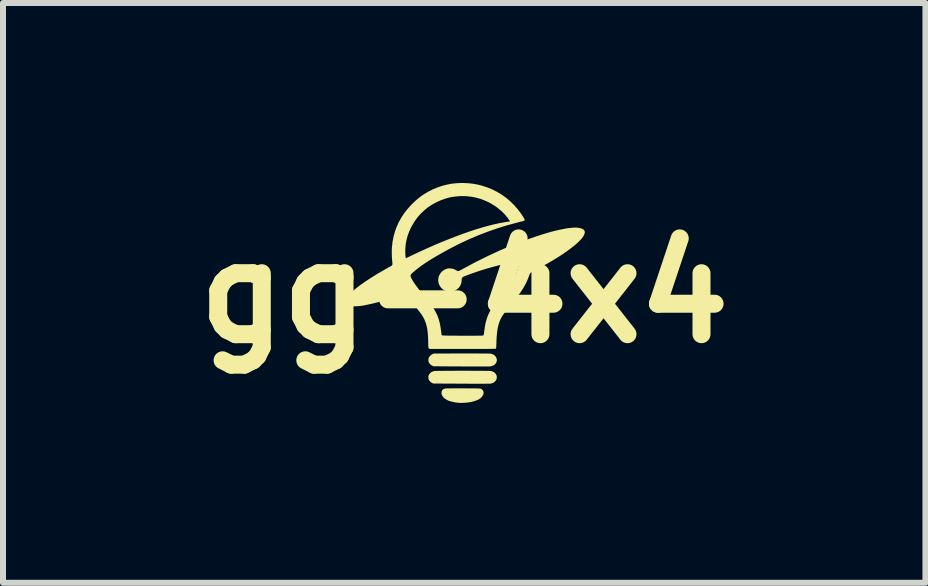
<source format=kicad_pcb>
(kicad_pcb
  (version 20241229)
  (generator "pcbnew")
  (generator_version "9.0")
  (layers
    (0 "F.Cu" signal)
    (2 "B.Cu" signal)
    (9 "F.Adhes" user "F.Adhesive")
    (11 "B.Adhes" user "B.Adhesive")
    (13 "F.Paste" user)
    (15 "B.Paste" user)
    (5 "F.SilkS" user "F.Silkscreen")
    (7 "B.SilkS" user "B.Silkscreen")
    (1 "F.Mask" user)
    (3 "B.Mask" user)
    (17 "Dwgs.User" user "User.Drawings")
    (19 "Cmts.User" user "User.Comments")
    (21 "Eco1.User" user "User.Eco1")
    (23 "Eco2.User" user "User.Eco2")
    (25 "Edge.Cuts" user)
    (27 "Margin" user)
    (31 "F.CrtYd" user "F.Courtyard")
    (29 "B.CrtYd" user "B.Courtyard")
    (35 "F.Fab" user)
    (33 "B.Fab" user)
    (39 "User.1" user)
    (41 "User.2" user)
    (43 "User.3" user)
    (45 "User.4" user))
  (footprint "gg-4x4"
    (layer "F.Cu")
    (at 4.688 1.831)
    (property "Reference" "gg-4x4" (at 0 0 0) (layer "F.SilkS") (effects (font (size 1.524 1.524) (thickness 0.3))))
    (attr through_hole)
    (fp_poly (pts (xy 0.179 1.011) (xy 0.228 1.011) (xy 0.272 1.012) (xy 0.312 1.012) (xy 0.347 1.012) (xy 0.377 1.012) (xy 0.402 1.013) (xy 0.42 1.013) (xy 0.432 1.013) (xy 0.437 1.014) (xy 0.464 1.019) (xy 0.488 1.03) (xy 0.508 1.045) (xy 0.51 1.047) (xy 0.527 1.067) (xy 0.538 1.09) (xy 0.544 1.114) (xy 0.543 1.138) (xy 0.535 1.161) (xy 0.533 1.165) (xy 0.517 1.188) (xy 0.497 1.205) (xy 0.472 1.217) (xy 0.442 1.225) (xy 0.433 1.226) (xy 0.426 1.226) (xy 0.416 1.227) (xy 0.402 1.227) (xy 0.384 1.227) (xy 0.363 1.228) (xy 0.337 1.228) (xy 0.306 1.228) (xy 0.271 1.228) (xy 0.232 1.228) (xy 0.186 1.228) (xy 0.136 1.228) (xy 0.079 1.227) (xy 0.017 1.227) (xy -0.051 1.227) (xy -0.126 1.226) (xy -0.208 1.226) (xy -0.249 1.226) (xy -0.513 1.224) (xy -0.532 1.215) (xy -0.556 1.201) (xy -0.574 1.184) (xy -0.587 1.165) (xy -0.593 1.154) (xy -0.596 1.143) (xy -0.597 1.131) (xy -0.597 1.12) (xy -0.597 1.105) (xy -0.595 1.093) (xy -0.591 1.083) (xy -0.587 1.075) (xy -0.57 1.052) (xy -0.549 1.033) (xy -0.526 1.02) (xy -0.506 1.012) (xy -0.048 1.011) (xy 0.013 1.011) (xy 0.071 1.011) (xy 0.127 1.011)) (stroke (width 0) (type solid)) (fill yes) (layer "F.SilkS"))
    (fp_poly (pts (xy -0.075 1.592) (xy -0.021 1.592) (xy -0.013 1.592) (xy 0.038 1.593) (xy 0.082 1.593) (xy 0.12 1.593) (xy 0.153 1.593) (xy 0.18 1.593) (xy 0.203 1.594) (xy 0.222 1.594) (xy 0.237 1.594) (xy 0.249 1.595) (xy 0.258 1.596) (xy 0.265 1.596) (xy 0.27 1.597) (xy 0.274 1.598) (xy 0.278 1.599) (xy 0.281 1.601) (xy 0.282 1.601) (xy 0.299 1.613) (xy 0.312 1.629) (xy 0.321 1.649) (xy 0.323 1.67) (xy 0.323 1.675) (xy 0.317 1.696) (xy 0.305 1.718) (xy 0.289 1.739) (xy 0.268 1.759) (xy 0.244 1.775) (xy 0.237 1.779) (xy 0.201 1.794) (xy 0.16 1.808) (xy 0.115 1.819) (xy 0.067 1.827) (xy 0.017 1.832) (xy -0.033 1.835) (xy -0.082 1.834) (xy -0.117 1.831) (xy -0.141 1.827) (xy -0.167 1.823) (xy -0.195 1.817) (xy -0.221 1.81) (xy -0.243 1.804) (xy -0.259 1.799) (xy -0.28 1.789) (xy -0.301 1.777) (xy -0.322 1.764) (xy -0.339 1.751) (xy -0.349 1.741) (xy -0.364 1.719) (xy -0.375 1.695) (xy -0.379 1.671) (xy -0.379 1.667) (xy -0.376 1.644) (xy -0.368 1.625) (xy -0.354 1.61) (xy -0.334 1.6) (xy -0.314 1.595) (xy -0.306 1.594) (xy -0.291 1.594) (xy -0.269 1.593) (xy -0.242 1.593) (xy -0.208 1.593) (xy -0.169 1.592) (xy -0.125 1.592)) (stroke (width 0) (type solid)) (fill yes) (layer "F.SilkS"))
    (fp_poly (pts (xy 0.05 1.299) (xy 0.099 1.299) (xy 0.148 1.3) (xy 0.194 1.3) (xy 0.238 1.3) (xy 0.279 1.3) (xy 0.317 1.3) (xy 0.351 1.301) (xy 0.38 1.301) (xy 0.405 1.301) (xy 0.424 1.302) (xy 0.437 1.302) (xy 0.443 1.303) (xy 0.443 1.303) (xy 0.472 1.311) (xy 0.497 1.324) (xy 0.517 1.341) (xy 0.532 1.362) (xy 0.541 1.385) (xy 0.543 1.409) (xy 0.54 1.433) (xy 0.531 1.455) (xy 0.515 1.476) (xy 0.508 1.482) (xy 0.49 1.496) (xy 0.471 1.506) (xy 0.449 1.512) (xy 0.429 1.514) (xy 0.422 1.514) (xy 0.408 1.514) (xy 0.388 1.514) (xy 0.363 1.515) (xy 0.332 1.515) (xy 0.296 1.515) (xy 0.256 1.515) (xy 0.212 1.515) (xy 0.165 1.515) (xy 0.114 1.515) (xy 0.062 1.515) (xy 0.007 1.514) (xy -0.05 1.514) (xy -0.059 1.514) (xy -0.516 1.512) (xy -0.535 1.503) (xy -0.557 1.489) (xy -0.573 1.474) (xy -0.587 1.455) (xy -0.587 1.454) (xy -0.593 1.442) (xy -0.596 1.432) (xy -0.597 1.42) (xy -0.597 1.409) (xy -0.597 1.393) (xy -0.595 1.382) (xy -0.591 1.372) (xy -0.587 1.363) (xy -0.57 1.34) (xy -0.549 1.322) (xy -0.523 1.31) (xy -0.497 1.303) (xy -0.49 1.303) (xy -0.476 1.302) (xy -0.457 1.302) (xy -0.433 1.301) (xy -0.403 1.301) (xy -0.369 1.301) (xy -0.331 1.3) (xy -0.29 1.3) (xy -0.246 1.3) (xy -0.199 1.3) (xy -0.151 1.299) (xy -0.101 1.299) (xy -0.051 1.299) (xy -0.000498 1.299)) (stroke (width 0) (type solid)) (fill yes) (layer "F.SilkS"))
    (fp_poly (pts (xy 0.003 -1.83) (xy 0.077 -1.826) (xy 0.147 -1.818) (xy 0.215 -1.806) (xy 0.284 -1.789) (xy 0.299 -1.785) (xy 0.387 -1.756) (xy 0.471 -1.722) (xy 0.551 -1.681) (xy 0.628 -1.634) (xy 0.701 -1.582) (xy 0.769 -1.524) (xy 0.834 -1.46) (xy 0.893 -1.392) (xy 0.948 -1.319) (xy 0.975 -1.278) (xy 0.989 -1.256) (xy 0.999 -1.238) (xy 1.005 -1.225) (xy 1.008 -1.216) (xy 1.007 -1.209) (xy 1.004 -1.204) (xy 0.997 -1.201) (xy 0.996 -1.2) (xy 0.991 -1.199) (xy 0.979 -1.195) (xy 0.963 -1.191) (xy 0.942 -1.186) (xy 0.919 -1.18) (xy 0.893 -1.173) (xy 0.889 -1.172) (xy 0.72 -1.127) (xy 0.555 -1.076) (xy 0.391 -1.019) (xy 0.228 -0.956) (xy 0.067 -0.887) (xy -0.093 -0.812) (xy -0.253 -0.729) (xy -0.414 -0.64) (xy -0.443 -0.623) (xy -0.501 -0.589) (xy -0.553 -0.558) (xy -0.6 -0.528) (xy -0.643 -0.5) (xy -0.683 -0.473) (xy -0.72 -0.447) (xy -0.756 -0.42) (xy -0.791 -0.393) (xy -0.826 -0.364) (xy -0.827 -0.363) (xy -0.849 -0.345) (xy -0.866 -0.33) (xy -0.878 -0.318) (xy -0.886 -0.308) (xy -0.892 -0.3) (xy -0.894 -0.292) (xy -0.895 -0.285) (xy -0.893 -0.272) (xy -0.886 -0.255) (xy -0.876 -0.233) (xy -0.861 -0.208) (xy -0.844 -0.179) (xy -0.823 -0.148) (xy -0.8 -0.116) (xy -0.781 -0.091) (xy -0.773 -0.08) (xy -0.765 -0.07) (xy -0.757 -0.059) (xy -0.748 -0.047) (xy -0.738 -0.035) (xy -0.726 -0.02) (xy -0.713 -0.003) (xy -0.697 0.017) (xy -0.678 0.041) (xy -0.656 0.068) (xy -0.63 0.1) (xy -0.606 0.131) (xy -0.588 0.153) (xy -0.57 0.176) (xy -0.552 0.199) (xy -0.537 0.22) (xy -0.524 0.238) (xy -0.518 0.247) (xy -0.482 0.308) (xy -0.45 0.372) (xy -0.425 0.44) (xy -0.407 0.506) (xy -0.404 0.523) (xy -0.4 0.543) (xy -0.396 0.567) (xy -0.392 0.591) (xy -0.389 0.615) (xy -0.385 0.638) (xy -0.383 0.657) (xy -0.381 0.672) (xy -0.381 0.681) (xy -0.379 0.695) (xy -0.374 0.705) (xy -0.364 0.711) (xy -0.363 0.711) (xy -0.358 0.711) (xy -0.346 0.712) (xy -0.329 0.712) (xy -0.307 0.713) (xy -0.28 0.713) (xy -0.248 0.714) (xy -0.214 0.714) (xy -0.177 0.714) (xy -0.137 0.714) (xy -0.096 0.715) (xy -0.054 0.715) (xy -0.011 0.715) (xy 0.031 0.715) (xy 0.072 0.715) (xy 0.112 0.715) (xy 0.15 0.715) (xy 0.185 0.715) (xy 0.217 0.714) (xy 0.245 0.714) (xy 0.269 0.714) (xy 0.287 0.714) (xy 0.3 0.713) (xy 0.307 0.713) (xy 0.317 0.709) (xy 0.324 0.704) (xy 0.324 0.704) (xy 0.325 0.698) (xy 0.328 0.686) (xy 0.33 0.671) (xy 0.332 0.654) (xy 0.332 0.652) (xy 0.34 0.596) (xy 0.348 0.545) (xy 0.357 0.499) (xy 0.368 0.457) (xy 0.38 0.418) (xy 0.394 0.381) (xy 0.411 0.344) (xy 0.419 0.327) (xy 0.428 0.309) (xy 0.438 0.292) (xy 0.449 0.274) (xy 0.46 0.256) (xy 0.474 0.236) (xy 0.49 0.214) (xy 0.508 0.189) (xy 0.529 0.162) (xy 0.554 0.13) (xy 0.582 0.094) (xy 0.611 0.058) (xy 0.642 0.02) (xy 0.668 -0.013) (xy 0.69 -0.042) (xy 0.71 -0.066) (xy 0.726 -0.088) (xy 0.74 -0.106) (xy 0.752 -0.122) (xy 0.762 -0.135) (xy 0.771 -0.148) (xy 0.779 -0.159) (xy 0.787 -0.17) (xy 0.794 -0.181) (xy 0.819 -0.226) (xy 0.844 -0.275) (xy 0.866 -0.327) (xy 0.885 -0.379) (xy 0.901 -0.43) (xy 0.908 -0.464) (xy 0.912 -0.483) (xy 0.914 -0.497) (xy 0.913 -0.507) (xy 0.909 -0.512) (xy 0.9 -0.513) (xy 0.887 -0.513) (xy 0.876 -0.513) (xy 0.823 -0.507) (xy 0.764 -0.498) (xy 0.698 -0.486) (xy 0.627 -0.471) (xy 0.551 -0.452) (xy 0.469 -0.43) (xy 0.381 -0.405) (xy 0.322 -0.387) (xy 0.289 -0.377) (xy 0.255 -0.366) (xy 0.219 -0.354) (xy 0.184 -0.342) (xy 0.149 -0.33) (xy 0.115 -0.318) (xy 0.083 -0.306) (xy 0.054 -0.296) (xy 0.029 -0.286) (xy 0.007 -0.277) (xy -0.009 -0.27) (xy -0.02 -0.265) (xy -0.023 -0.263) (xy -0.033 -0.253) (xy -0.04 -0.239) (xy -0.043 -0.22) (xy -0.043 -0.214) (xy -0.046 -0.177) (xy -0.056 -0.142) (xy -0.072 -0.11) (xy -0.093 -0.082) (xy -0.12 -0.059) (xy -0.152 -0.04) (xy -0.153 -0.039) (xy -0.168 -0.032) (xy -0.184 -0.026) (xy -0.198 -0.022) (xy -0.201 -0.021) (xy -0.236 -0.018) (xy -0.271 -0.02) (xy -0.304 -0.029) (xy -0.335 -0.044) (xy -0.363 -0.063) (xy -0.388 -0.088) (xy -0.408 -0.117) (xy -0.423 -0.15) (xy -0.429 -0.169) (xy -0.433 -0.196) (xy -0.433 -0.226) (xy -0.429 -0.256) (xy -0.422 -0.28) (xy -0.407 -0.309) (xy -0.388 -0.337) (xy -0.364 -0.361) (xy -0.35 -0.372) (xy -0.318 -0.391) (xy -0.285 -0.403) (xy -0.251 -0.408) (xy -0.216 -0.406) (xy -0.181 -0.398) (xy -0.146 -0.383) (xy -0.127 -0.371) (xy -0.119 -0.366) (xy -0.112 -0.363) (xy -0.104 -0.362) (xy -0.096 -0.363) (xy -0.084 -0.367) (xy -0.07 -0.373) (xy -0.052 -0.382) (xy -0.029 -0.395) (xy -0.015 -0.403) (xy 0.181 -0.508) (xy 0.378 -0.606) (xy 0.575 -0.698) (xy 0.773 -0.783) (xy 0.972 -0.86) (xy 1.171 -0.931) (xy 1.32 -0.979) (xy 1.388 -1) (xy 1.454 -1.018) (xy 1.519 -1.035) (xy 1.58 -1.049) (xy 1.639 -1.061) (xy 1.695 -1.072) (xy 1.746 -1.079) (xy 1.793 -1.084) (xy 1.835 -1.087) (xy 1.871 -1.087) (xy 1.895 -1.085) (xy 1.93 -1.079) (xy 1.959 -1.071) (xy 1.982 -1.059) (xy 1.998 -1.046) (xy 2.007 -1.029) (xy 2.01 -1.01) (xy 2.007 -0.988) (xy 1.998 -0.967) (xy 1.982 -0.937) (xy 1.96 -0.907) (xy 1.931 -0.875) (xy 1.897 -0.841) (xy 1.856 -0.804) (xy 1.824 -0.778) (xy 1.769 -0.736) (xy 1.713 -0.694) (xy 1.653 -0.652) (xy 1.59 -0.611) (xy 1.523 -0.569) (xy 1.451 -0.526) (xy 1.374 -0.481) (xy 1.291 -0.436) (xy 1.202 -0.388) (xy 1.197 -0.386) (xy 1.168 -0.37) (xy 1.143 -0.356) (xy 1.124 -0.345) (xy 1.11 -0.336) (xy 1.103 -0.33) (xy 1.102 -0.329) (xy 1.096 -0.32) (xy 1.089 -0.305) (xy 1.082 -0.286) (xy 1.078 -0.275) (xy 1.064 -0.238) (xy 1.049 -0.202) (xy 1.032 -0.165) (xy 1.013 -0.129) (xy 0.991 -0.091) (xy 0.967 -0.052) (xy 0.939 -0.01) (xy 0.908 0.034) (xy 0.872 0.081) (xy 0.833 0.131) (xy 0.789 0.186) (xy 0.774 0.204) (xy 0.748 0.237) (xy 0.725 0.265) (xy 0.706 0.289) (xy 0.69 0.31) (xy 0.675 0.329) (xy 0.662 0.346) (xy 0.651 0.363) (xy 0.644 0.372) (xy 0.624 0.404) (xy 0.607 0.437) (xy 0.592 0.471) (xy 0.579 0.507) (xy 0.568 0.546) (xy 0.558 0.589) (xy 0.551 0.635) (xy 0.545 0.686) (xy 0.54 0.743) (xy 0.537 0.805) (xy 0.536 0.844) (xy 0.535 0.874) (xy 0.534 0.897) (xy 0.532 0.914) (xy 0.531 0.924) (xy 0.529 0.929) (xy 0.528 0.93) (xy 0.527 0.93) (xy 0.524 0.931) (xy 0.52 0.932) (xy 0.514 0.932) (xy 0.506 0.933) (xy 0.495 0.933) (xy 0.482 0.933) (xy 0.466 0.934) (xy 0.446 0.934) (xy 0.423 0.934) (xy 0.396 0.935) (xy 0.364 0.935) (xy 0.328 0.935) (xy 0.286 0.935) (xy 0.239 0.935) (xy 0.187 0.935) (xy 0.128 0.935) (xy 0.063 0.935) (xy -0.008 0.935) (xy -0.017 0.935) (xy -0.078 0.935) (xy -0.138 0.935) (xy -0.196 0.935) (xy -0.251 0.935) (xy -0.303 0.935) (xy -0.351 0.935) (xy -0.396 0.935) (xy -0.437 0.935) (xy -0.473 0.935) (xy -0.505 0.935) (xy -0.531 0.935) (xy -0.551 0.935) (xy -0.565 0.935) (xy -0.573 0.934) (xy -0.574 0.934) (xy -0.58 0.933) (xy -0.586 0.932) (xy -0.59 0.929) (xy -0.593 0.925) (xy -0.595 0.917) (xy -0.597 0.906) (xy -0.598 0.891) (xy -0.599 0.87) (xy -0.6 0.845) (xy -0.6 0.815) (xy -0.602 0.751) (xy -0.606 0.693) (xy -0.611 0.64) (xy -0.618 0.592) (xy -0.628 0.548) (xy -0.639 0.508) (xy -0.653 0.471) (xy -0.668 0.436) (xy -0.669 0.434) (xy -0.675 0.423) (xy -0.68 0.413) (xy -0.686 0.402) (xy -0.692 0.392) (xy -0.699 0.381) (xy -0.706 0.37) (xy -0.715 0.357) (xy -0.725 0.342) (xy -0.738 0.326) (xy -0.752 0.307) (xy -0.769 0.286) (xy -0.788 0.261) (xy -0.81 0.233) (xy -0.836 0.201) (xy -0.865 0.165) (xy -0.897 0.124) (xy -0.934 0.078) (xy -0.945 0.064) (xy -0.957 0.05) (xy -0.969 0.037) (xy -0.978 0.028) (xy -0.985 0.022) (xy -0.986 0.021) (xy -0.989 0.02) (xy -0.994 0.02) (xy -1 0.021) (xy -1.009 0.023) (xy -1.02 0.027) (xy -1.036 0.031) (xy -1.056 0.038) (xy -1.081 0.046) (xy -1.112 0.056) (xy -1.133 0.063) (xy -1.222 0.092) (xy -1.306 0.118) (xy -1.385 0.142) (xy -1.459 0.162) (xy -1.528 0.179) (xy -1.595 0.194) (xy -1.657 0.207) (xy -1.698 0.214) (xy -1.727 0.218) (xy -1.758 0.221) (xy -1.79 0.223) (xy -1.822 0.225) (xy -1.852 0.225) (xy -1.878 0.225) (xy -1.901 0.223) (xy -1.918 0.22) (xy -1.918 0.22) (xy -1.938 0.214) (xy -1.958 0.206) (xy -1.973 0.196) (xy -1.983 0.187) (xy -1.987 0.18) (xy -1.989 0.171) (xy -1.99 0.157) (xy -1.99 0.154) (xy -1.99 0.14) (xy -1.988 0.129) (xy -1.985 0.12) (xy -1.978 0.107) (xy -1.976 0.105) (xy -1.963 0.083) (xy -1.949 0.063) (xy -1.932 0.043) (xy -1.912 0.022) (xy -1.893 0.004) (xy -1.85 -0.035) (xy -1.802 -0.076) (xy -1.747 -0.119) (xy -1.686 -0.162) (xy -1.62 -0.207) (xy -1.549 -0.253) (xy -1.474 -0.3) (xy -1.461 -0.308) (xy -1.434 -0.324) (xy -1.405 -0.341) (xy -1.374 -0.359) (xy -1.344 -0.376) (xy -1.315 -0.393) (xy -1.287 -0.409) (xy -1.263 -0.422) (xy -1.242 -0.434) (xy -1.227 -0.442) (xy -1.226 -0.442) (xy -1.214 -0.449) (xy -1.205 -0.457) (xy -1.2 -0.465) (xy -1.197 -0.476) (xy -1.197 -0.491) (xy -1.198 -0.512) (xy -1.2 -0.523) (xy -1.203 -0.56) (xy -1.206 -0.6) (xy -1.207 -0.643) (xy -1.208 -0.685) (xy -1.208 -0.692) (xy -0.983 -0.692) (xy -0.982 -0.665) (xy -0.981 -0.64) (xy -0.98 -0.618) (xy -0.978 -0.6) (xy -0.976 -0.587) (xy -0.973 -0.579) (xy -0.971 -0.578) (xy -0.968 -0.579) (xy -0.959 -0.583) (xy -0.945 -0.59) (xy -0.927 -0.598) (xy -0.906 -0.608) (xy -0.883 -0.619) (xy -0.871 -0.625) (xy -0.744 -0.685) (xy -0.618 -0.742) (xy -0.494 -0.797) (xy -0.373 -0.848) (xy -0.253 -0.896) (xy -0.137 -0.941) (xy -0.024 -0.983) (xy 0.087 -1.022) (xy 0.193 -1.057) (xy 0.295 -1.088) (xy 0.393 -1.115) (xy 0.486 -1.139) (xy 0.575 -1.159) (xy 0.658 -1.174) (xy 0.664 -1.175) (xy 0.764 -1.191) (xy 0.757 -1.202) (xy 0.717 -1.259) (xy 0.67 -1.314) (xy 0.618 -1.365) (xy 0.561 -1.413) (xy 0.5 -1.456) (xy 0.434 -1.495) (xy 0.406 -1.51) (xy 0.335 -1.542) (xy 0.264 -1.568) (xy 0.193 -1.588) (xy 0.119 -1.602) (xy 0.043 -1.61) (xy -0.002 -1.612) (xy -0.083 -1.611) (xy -0.16 -1.604) (xy -0.235 -1.592) (xy -0.308 -1.572) (xy -0.381 -1.547) (xy -0.455 -1.514) (xy -0.467 -1.508) (xy -0.538 -1.469) (xy -0.606 -1.424) (xy -0.668 -1.373) (xy -0.726 -1.318) (xy -0.779 -1.258) (xy -0.826 -1.193) (xy -0.868 -1.123) (xy -0.89 -1.083) (xy -0.92 -1.015) (xy -0.944 -0.949) (xy -0.962 -0.883) (xy -0.974 -0.817) (xy -0.981 -0.748) (xy -0.982 -0.719) (xy -0.983 -0.692) (xy -1.208 -0.692) (xy -1.207 -0.724) (xy -1.205 -0.759) (xy -1.205 -0.761) (xy -1.195 -0.85) (xy -1.178 -0.937) (xy -1.155 -1.02) (xy -1.126 -1.101) (xy -1.09 -1.18) (xy -1.048 -1.255) (xy -0.999 -1.329) (xy -0.943 -1.4) (xy -0.881 -1.469) (xy -0.865 -1.484) (xy -0.802 -1.544) (xy -0.738 -1.597) (xy -0.671 -1.644) (xy -0.601 -1.685) (xy -0.527 -1.723) (xy -0.458 -1.752) (xy -0.378 -1.78) (xy -0.297 -1.802) (xy -0.215 -1.818) (xy -0.131 -1.827) (xy -0.044 -1.831)) (stroke (width 0) (type solid)) (fill yes) (layer "F.SilkS")))
  (gr_rect
    (start -3 -3)
    (end 12.376 6.665)
    (stroke (width 0.1) (type default))
    (fill no)
    (layer "Edge.Cuts")))
</source>
